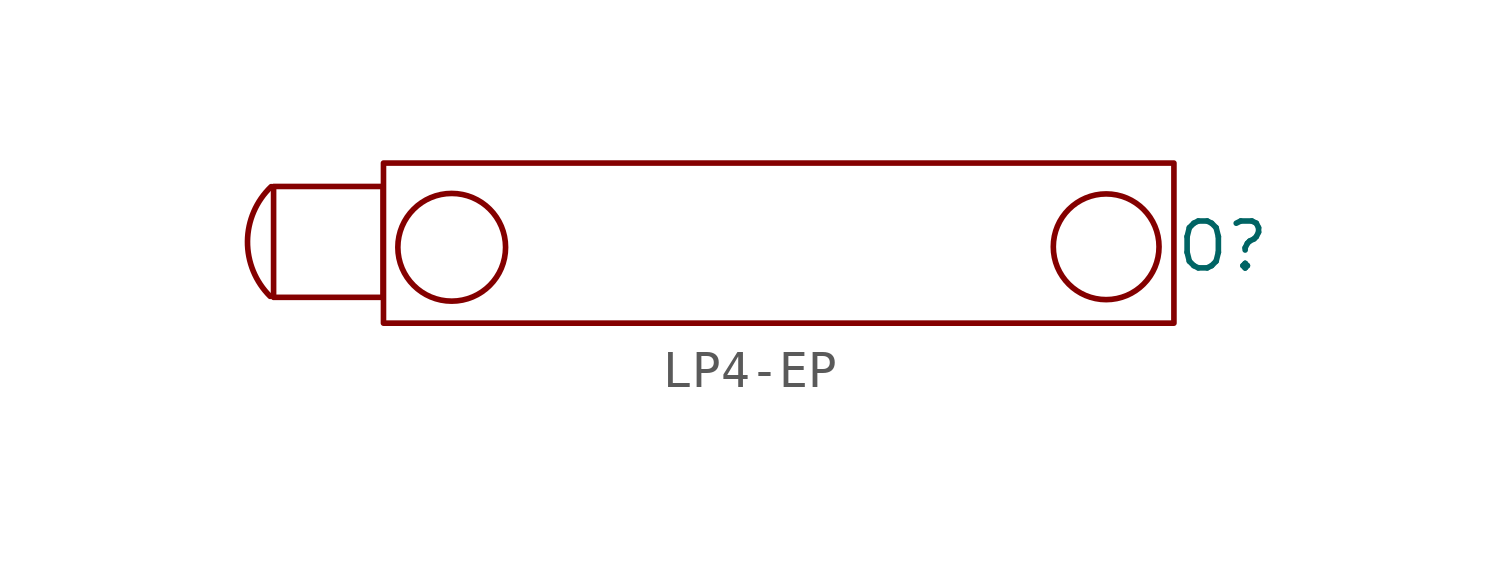
<source format=kicad_sym>
(kicad_symbol_lib
  (version 20220914)
  (generator kicad_symbol_editor)
  (symbol "LP4-EP"
    (property "Reference" "O"
      (at 0 0 0)
      (effects (font (size 1.27 1.27))))
    (property "Value" ""
      (at 0 0 0)
      (effects (font (size 1.27 1.27))))
    (symbol "LP4-EP_0_1"
      (arc (start -25.7769 1.6205) (mid -26.4182 0.1405) (end -25.8042 -1.3511) (stroke (width 0) (type default)) (fill (type none)))
      (rectangle (start -25.712 1.625) (end -22.747 -1.378) (stroke (width 0) (type default)) (fill (type none)))
      (rectangle (start -22.735 2.259) (end -1.325 -2.077) (stroke (width 0) (type default)) (fill (type none)))
      (circle (center -20.887 -0.022) (radius 1.459) (stroke (width 0) (type default)) (fill (type none)))
      (circle (center -3.16 -0.008) (radius 1.432) (stroke (width 0) (type default)) (fill (type none))))))
</source>
